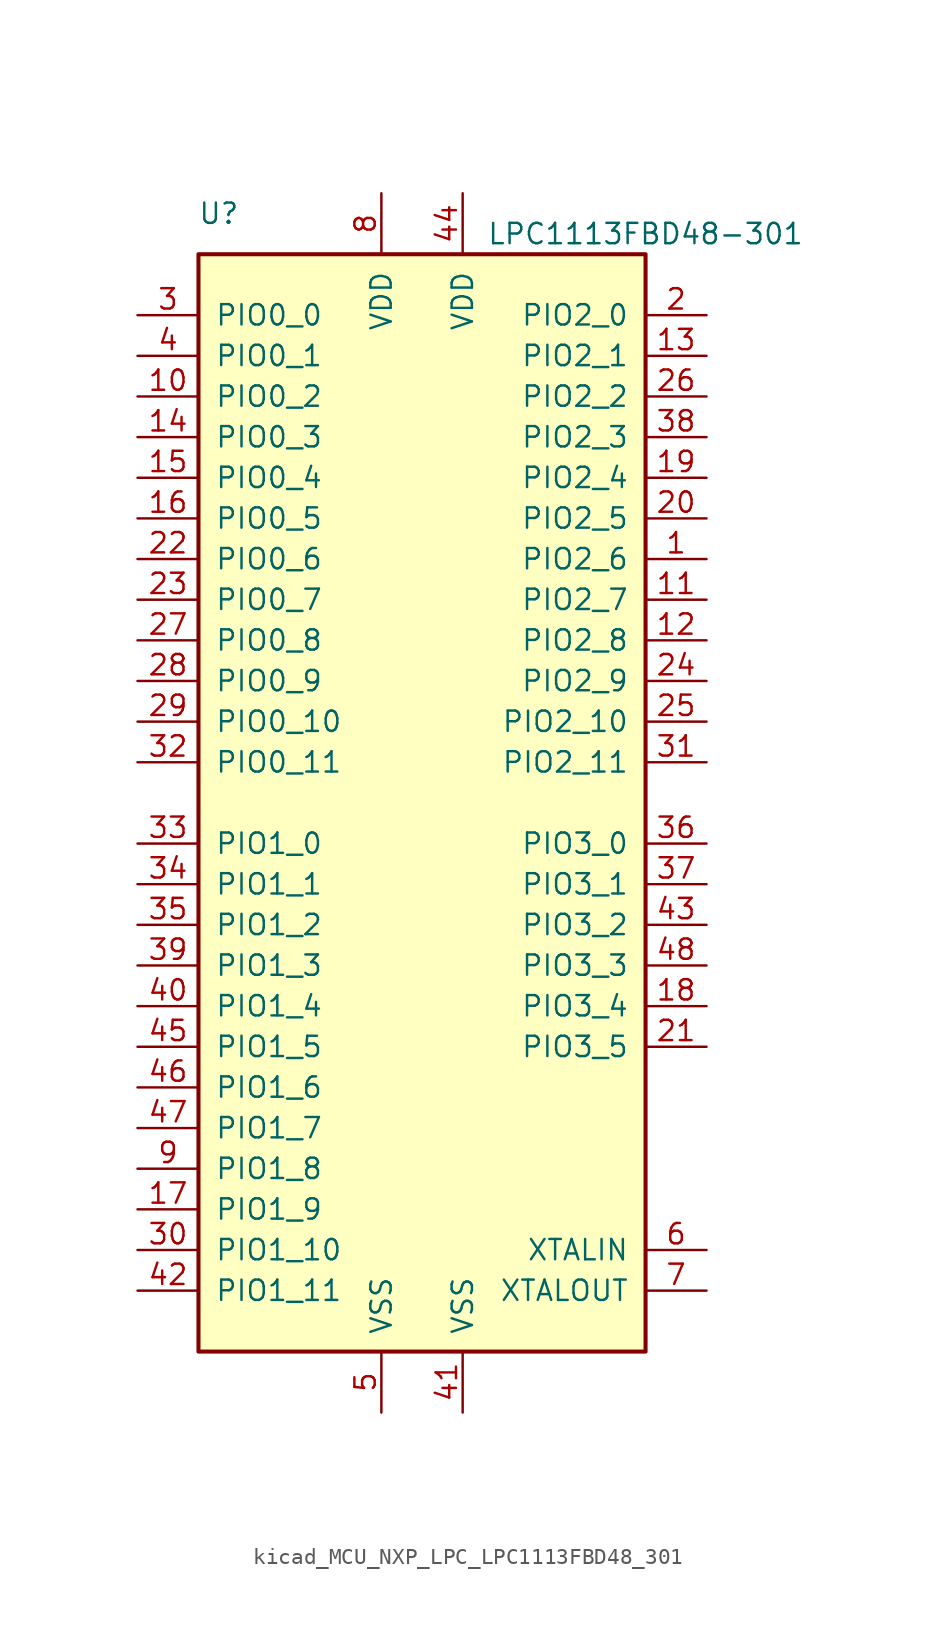
<source format=kicad_sym>
(kicad_symbol_lib
  (version 20220914)
  (generator kicad_symbol_editor)
  (symbol "kicad_MCU_NXP_LPC_LPC1113FBD48_301"
    (pin_names
      (offset 1.016))
    (property "Reference" "U"
      (at -12.7 36.83 0)
      (effects (font (size 1.27 1.27))))
    (property "Value" "LPC1113FBD48-301"
      (at 13.97 35.56 0)
      (effects (font (size 1.27 1.27))))
    (symbol "kicad_MCU_NXP_LPC_LPC1113FBD48_301_0_1"
      (rectangle (start -13.97 34.29) (end 13.97 -34.29) (stroke (width 0.254) (type default)) (fill (type background))))
    (symbol "kicad_MCU_NXP_LPC_LPC1113FBD48_301_1_1"
      (pin bidirectional line (at 17.78 15.24 180) (length 3.81) (name "PIO2_6" (effects (font (size 1.27 1.27)))) (number "1" (effects (font (size 1.27 1.27)))))
      (pin bidirectional line (at -17.78 25.4 0) (length 3.81) (name "PIO0_2" (effects (font (size 1.27 1.27)))) (number "10" (effects (font (size 1.27 1.27)))))
      (pin bidirectional line (at 17.78 12.7 180) (length 3.81) (name "PIO2_7" (effects (font (size 1.27 1.27)))) (number "11" (effects (font (size 1.27 1.27)))))
      (pin bidirectional line (at 17.78 10.16 180) (length 3.81) (name "PIO2_8" (effects (font (size 1.27 1.27)))) (number "12" (effects (font (size 1.27 1.27)))))
      (pin bidirectional line (at 17.78 27.94 180) (length 3.81) (name "PIO2_1" (effects (font (size 1.27 1.27)))) (number "13" (effects (font (size 1.27 1.27)))))
      (pin bidirectional line (at -17.78 22.86 0) (length 3.81) (name "PIO0_3" (effects (font (size 1.27 1.27)))) (number "14" (effects (font (size 1.27 1.27)))))
      (pin bidirectional line (at -17.78 20.32 0) (length 3.81) (name "PIO0_4" (effects (font (size 1.27 1.27)))) (number "15" (effects (font (size 1.27 1.27)))))
      (pin bidirectional line (at -17.78 17.78 0) (length 3.81) (name "PIO0_5" (effects (font (size 1.27 1.27)))) (number "16" (effects (font (size 1.27 1.27)))))
      (pin bidirectional line (at -17.78 -25.4 0) (length 3.81) (name "PIO1_9" (effects (font (size 1.27 1.27)))) (number "17" (effects (font (size 1.27 1.27)))))
      (pin bidirectional line (at 17.78 -12.7 180) (length 3.81) (name "PIO3_4" (effects (font (size 1.27 1.27)))) (number "18" (effects (font (size 1.27 1.27)))))
      (pin bidirectional line (at 17.78 20.32 180) (length 3.81) (name "PIO2_4" (effects (font (size 1.27 1.27)))) (number "19" (effects (font (size 1.27 1.27)))))
      (pin bidirectional line (at 17.78 30.48 180) (length 3.81) (name "PIO2_0" (effects (font (size 1.27 1.27)))) (number "2" (effects (font (size 1.27 1.27)))))
      (pin bidirectional line (at 17.78 17.78 180) (length 3.81) (name "PIO2_5" (effects (font (size 1.27 1.27)))) (number "20" (effects (font (size 1.27 1.27)))))
      (pin bidirectional line (at 17.78 -15.24 180) (length 3.81) (name "PIO3_5" (effects (font (size 1.27 1.27)))) (number "21" (effects (font (size 1.27 1.27)))))
      (pin bidirectional line (at -17.78 15.24 0) (length 3.81) (name "PIO0_6" (effects (font (size 1.27 1.27)))) (number "22" (effects (font (size 1.27 1.27)))))
      (pin bidirectional line (at -17.78 12.7 0) (length 3.81) (name "PIO0_7" (effects (font (size 1.27 1.27)))) (number "23" (effects (font (size 1.27 1.27)))))
      (pin bidirectional line (at 17.78 7.62 180) (length 3.81) (name "PIO2_9" (effects (font (size 1.27 1.27)))) (number "24" (effects (font (size 1.27 1.27)))))
      (pin bidirectional line (at 17.78 5.08 180) (length 3.81) (name "PIO2_10" (effects (font (size 1.27 1.27)))) (number "25" (effects (font (size 1.27 1.27)))))
      (pin bidirectional line (at 17.78 25.4 180) (length 3.81) (name "PIO2_2" (effects (font (size 1.27 1.27)))) (number "26" (effects (font (size 1.27 1.27)))))
      (pin bidirectional line (at -17.78 10.16 0) (length 3.81) (name "PIO0_8" (effects (font (size 1.27 1.27)))) (number "27" (effects (font (size 1.27 1.27)))))
      (pin bidirectional line (at -17.78 7.62 0) (length 3.81) (name "PIO0_9" (effects (font (size 1.27 1.27)))) (number "28" (effects (font (size 1.27 1.27)))))
      (pin bidirectional line (at -17.78 5.08 0) (length 3.81) (name "PIO0_10" (effects (font (size 1.27 1.27)))) (number "29" (effects (font (size 1.27 1.27)))))
      (pin bidirectional line (at -17.78 30.48 0) (length 3.81) (name "PIO0_0" (effects (font (size 1.27 1.27)))) (number "3" (effects (font (size 1.27 1.27)))))
      (pin bidirectional line (at -17.78 -27.94 0) (length 3.81) (name "PIO1_10" (effects (font (size 1.27 1.27)))) (number "30" (effects (font (size 1.27 1.27)))))
      (pin bidirectional line (at 17.78 2.54 180) (length 3.81) (name "PIO2_11" (effects (font (size 1.27 1.27)))) (number "31" (effects (font (size 1.27 1.27)))))
      (pin bidirectional line (at -17.78 2.54 0) (length 3.81) (name "PIO0_11" (effects (font (size 1.27 1.27)))) (number "32" (effects (font (size 1.27 1.27)))))
      (pin bidirectional line (at -17.78 -2.54 0) (length 3.81) (name "PIO1_0" (effects (font (size 1.27 1.27)))) (number "33" (effects (font (size 1.27 1.27)))))
      (pin bidirectional line (at -17.78 -5.08 0) (length 3.81) (name "PIO1_1" (effects (font (size 1.27 1.27)))) (number "34" (effects (font (size 1.27 1.27)))))
      (pin bidirectional line (at -17.78 -7.62 0) (length 3.81) (name "PIO1_2" (effects (font (size 1.27 1.27)))) (number "35" (effects (font (size 1.27 1.27)))))
      (pin bidirectional line (at 17.78 -2.54 180) (length 3.81) (name "PIO3_0" (effects (font (size 1.27 1.27)))) (number "36" (effects (font (size 1.27 1.27)))))
      (pin bidirectional line (at 17.78 -5.08 180) (length 3.81) (name "PIO3_1" (effects (font (size 1.27 1.27)))) (number "37" (effects (font (size 1.27 1.27)))))
      (pin bidirectional line (at 17.78 22.86 180) (length 3.81) (name "PIO2_3" (effects (font (size 1.27 1.27)))) (number "38" (effects (font (size 1.27 1.27)))))
      (pin bidirectional line (at -17.78 -10.16 0) (length 3.81) (name "PIO1_3" (effects (font (size 1.27 1.27)))) (number "39" (effects (font (size 1.27 1.27)))))
      (pin bidirectional line (at -17.78 27.94 0) (length 3.81) (name "PIO0_1" (effects (font (size 1.27 1.27)))) (number "4" (effects (font (size 1.27 1.27)))))
      (pin bidirectional line (at -17.78 -12.7 0) (length 3.81) (name "PIO1_4" (effects (font (size 1.27 1.27)))) (number "40" (effects (font (size 1.27 1.27)))))
      (pin power_in line (at 2.54 -38.1 90) (length 3.81) (name "VSS" (effects (font (size 1.27 1.27)))) (number "41" (effects (font (size 1.27 1.27)))))
      (pin bidirectional line (at -17.78 -30.48 0) (length 3.81) (name "PIO1_11" (effects (font (size 1.27 1.27)))) (number "42" (effects (font (size 1.27 1.27)))))
      (pin bidirectional line (at 17.78 -7.62 180) (length 3.81) (name "PIO3_2" (effects (font (size 1.27 1.27)))) (number "43" (effects (font (size 1.27 1.27)))))
      (pin power_in line (at 2.54 38.1 270) (length 3.81) (name "VDD" (effects (font (size 1.27 1.27)))) (number "44" (effects (font (size 1.27 1.27)))))
      (pin bidirectional line (at -17.78 -15.24 0) (length 3.81) (name "PIO1_5" (effects (font (size 1.27 1.27)))) (number "45" (effects (font (size 1.27 1.27)))))
      (pin bidirectional line (at -17.78 -17.78 0) (length 3.81) (name "PIO1_6" (effects (font (size 1.27 1.27)))) (number "46" (effects (font (size 1.27 1.27)))))
      (pin bidirectional line (at -17.78 -20.32 0) (length 3.81) (name "PIO1_7" (effects (font (size 1.27 1.27)))) (number "47" (effects (font (size 1.27 1.27)))))
      (pin bidirectional line (at 17.78 -10.16 180) (length 3.81) (name "PIO3_3" (effects (font (size 1.27 1.27)))) (number "48" (effects (font (size 1.27 1.27)))))
      (pin power_in line (at -2.54 -38.1 90) (length 3.81) (name "VSS" (effects (font (size 1.27 1.27)))) (number "5" (effects (font (size 1.27 1.27)))))
      (pin input line (at 17.78 -27.94 180) (length 3.81) (name "XTALIN" (effects (font (size 1.27 1.27)))) (number "6" (effects (font (size 1.27 1.27)))))
      (pin output line (at 17.78 -30.48 180) (length 3.81) (name "XTALOUT" (effects (font (size 1.27 1.27)))) (number "7" (effects (font (size 1.27 1.27)))))
      (pin power_in line (at -2.54 38.1 270) (length 3.81) (name "VDD" (effects (font (size 1.27 1.27)))) (number "8" (effects (font (size 1.27 1.27)))))
      (pin bidirectional line (at -17.78 -22.86 0) (length 3.81) (name "PIO1_8" (effects (font (size 1.27 1.27)))) (number "9" (effects (font (size 1.27 1.27))))))))
</source>
